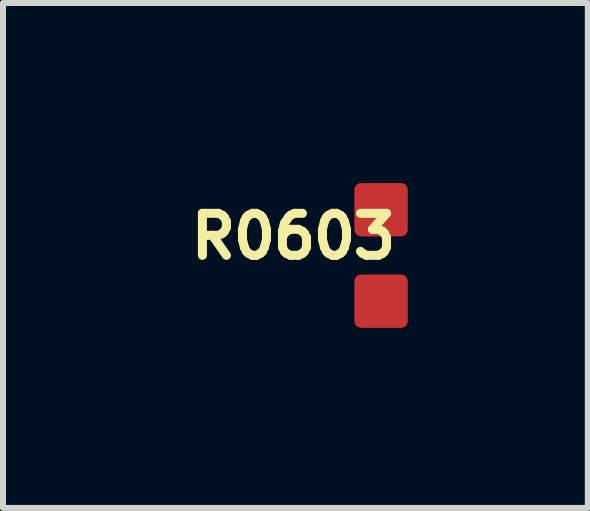
<source format=kicad_pcb>
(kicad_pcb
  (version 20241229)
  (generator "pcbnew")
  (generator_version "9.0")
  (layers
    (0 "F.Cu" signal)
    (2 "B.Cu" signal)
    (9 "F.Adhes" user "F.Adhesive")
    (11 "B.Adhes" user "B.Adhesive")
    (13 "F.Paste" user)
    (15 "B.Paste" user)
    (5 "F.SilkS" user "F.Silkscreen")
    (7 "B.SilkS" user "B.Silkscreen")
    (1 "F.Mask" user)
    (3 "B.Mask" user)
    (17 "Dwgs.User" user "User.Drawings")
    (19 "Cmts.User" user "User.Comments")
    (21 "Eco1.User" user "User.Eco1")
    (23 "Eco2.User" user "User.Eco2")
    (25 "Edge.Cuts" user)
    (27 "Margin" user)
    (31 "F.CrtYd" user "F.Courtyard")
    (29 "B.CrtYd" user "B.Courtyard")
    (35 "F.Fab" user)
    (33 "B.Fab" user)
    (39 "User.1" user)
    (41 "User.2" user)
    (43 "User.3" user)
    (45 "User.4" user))
  (footprint "R0603"
    (layer "F.Cu")
    (at 3.299 1.206)
    (property "Reference" "R0603" (at -1.46 -0.318 180) (layer "F.SilkS") (effects (font (size 0.7 0.7) (thickness 0.15))))
    (attr smd)
    (pad "1" smd roundrect (at 0 -0.762) (size 0.889 0.889) (layers "F.Cu" "F.Mask" "F.Paste") (roundrect_rratio 0.125))
    (pad "2" smd roundrect (at 0 0.762) (size 0.889 0.889) (layers "F.Cu" "F.Mask" "F.Paste") (roundrect_rratio 0.125)))
  (gr_rect
    (start -3 -3)
    (end 6.743 5.413)
    (stroke (width 0.1) (type default))
    (fill no)
    (layer "Edge.Cuts")))
</source>
